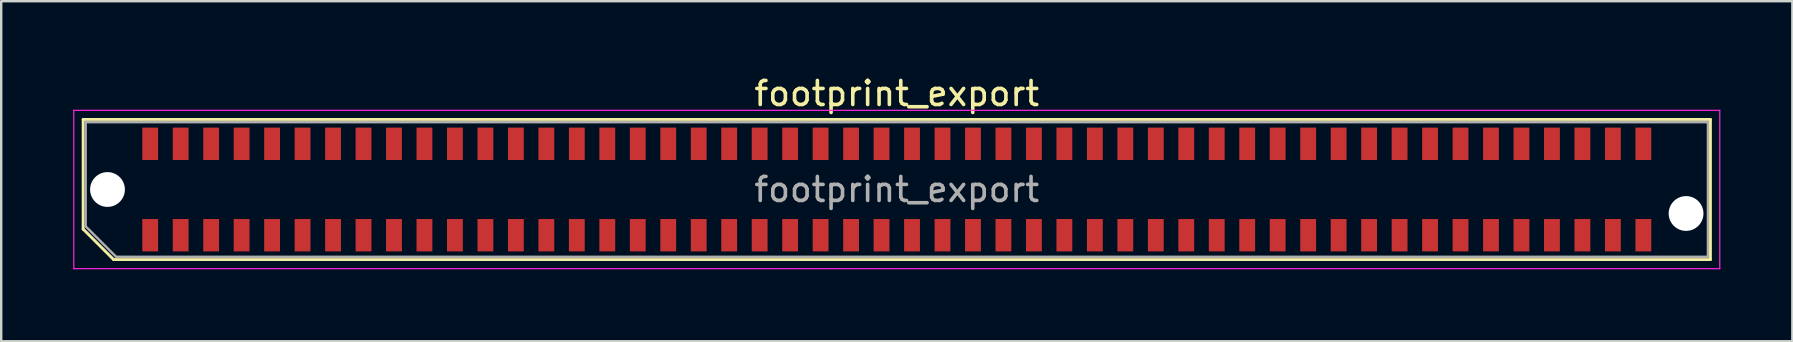
<source format=kicad_pcb>
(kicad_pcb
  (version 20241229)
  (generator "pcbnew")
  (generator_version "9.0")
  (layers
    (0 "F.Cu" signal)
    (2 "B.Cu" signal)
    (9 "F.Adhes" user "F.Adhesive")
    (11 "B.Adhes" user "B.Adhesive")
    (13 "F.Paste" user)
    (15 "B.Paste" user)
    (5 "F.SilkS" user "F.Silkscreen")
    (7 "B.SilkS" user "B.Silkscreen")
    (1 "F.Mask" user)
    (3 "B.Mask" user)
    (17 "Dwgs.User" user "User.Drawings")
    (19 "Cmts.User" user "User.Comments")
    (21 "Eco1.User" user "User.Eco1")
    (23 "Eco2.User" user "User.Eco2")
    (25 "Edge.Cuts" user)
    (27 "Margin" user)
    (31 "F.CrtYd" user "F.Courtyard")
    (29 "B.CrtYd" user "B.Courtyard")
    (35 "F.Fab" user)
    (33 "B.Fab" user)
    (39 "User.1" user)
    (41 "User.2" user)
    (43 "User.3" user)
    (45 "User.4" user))
  (footprint "footprint_export"
    (layer "F.Cu")
    (at 34.325 4.848)
    (property "Reference" "footprint_export" (at 0 -4 0) (layer "F.SilkS") (effects (font (size 1 1) (thickness 0.15))))
    (attr smd)
    (fp_line (start -33.91 -2.92) (end 33.91 -2.92) (stroke (width 0.12) (type solid)) (layer "F.SilkS"))
    (fp_line (start -33.91 1.65) (end -33.91 -2.92) (stroke (width 0.12) (type solid)) (layer "F.SilkS"))
    (fp_line (start -32.64 2.92) (end -33.91 1.65) (stroke (width 0.12) (type solid)) (layer "F.SilkS"))
    (fp_line (start -32.64 2.92) (end 33.91 2.92) (stroke (width 0.12) (type solid)) (layer "F.SilkS"))
    (fp_line (start 33.91 2.92) (end 33.91 -2.92) (stroke (width 0.12) (type solid)) (layer "F.SilkS"))
    (fp_line (start -34.3 -3.3) (end -34.3 3.3) (stroke (width 0.05) (type solid)) (layer "F.CrtYd"))
    (fp_line (start -34.3 3.3) (end 34.3 3.3) (stroke (width 0.05) (type solid)) (layer "F.CrtYd"))
    (fp_line (start 34.3 -3.3) (end -34.3 -3.3) (stroke (width 0.05) (type solid)) (layer "F.CrtYd"))
    (fp_line (start 34.3 3.3) (end 34.3 -3.3) (stroke (width 0.05) (type solid)) (layer "F.CrtYd"))
    (fp_line (start -33.805 -2.805) (end 33.805 -2.805) (stroke (width 0.1) (type solid)) (layer "F.Fab"))
    (fp_line (start -33.805 1.535) (end -33.805 -2.805) (stroke (width 0.1) (type solid)) (layer "F.Fab"))
    (fp_line (start -33.805 1.535) (end -32.535 2.805) (stroke (width 0.1) (type solid)) (layer "F.Fab"))
    (fp_line (start -32.535 2.805) (end 33.805 2.805) (stroke (width 0.1) (type solid)) (layer "F.Fab"))
    (fp_line (start 33.805 2.805) (end 33.805 -2.805) (stroke (width 0.1) (type solid)) (layer "F.Fab"))
    (fp_text user "${REFERENCE}" (at 0 0 0) (layer "F.Fab") (effects (font (size 1 1) (thickness 0.15))))
    (pad "" np_thru_hole circle (at -32.895 0) (size 1.45 1.45) (drill 1.45) (layers "*.Cu" "*.Mask"))
    (pad "" np_thru_hole circle (at 32.895 1) (size 1.45 1.45) (drill 1.45) (layers "*.Cu" "*.Mask"))
    (pad "1" smd rect (at -31.115 1.905) (size 0.66 1.35) (layers "F.Cu" "F.Mask" "F.Paste"))
    (pad "2" smd rect (at -31.115 -1.905) (size 0.66 1.35) (layers "F.Cu" "F.Mask" "F.Paste"))
    (pad "3" smd rect (at -29.845 1.905) (size 0.66 1.35) (layers "F.Cu" "F.Mask" "F.Paste"))
    (pad "4" smd rect (at -29.845 -1.905) (size 0.66 1.35) (layers "F.Cu" "F.Mask" "F.Paste"))
    (pad "5" smd rect (at -28.575 1.905) (size 0.66 1.35) (layers "F.Cu" "F.Mask" "F.Paste"))
    (pad "6" smd rect (at -28.575 -1.905) (size 0.66 1.35) (layers "F.Cu" "F.Mask" "F.Paste"))
    (pad "7" smd rect (at -27.305 1.905) (size 0.66 1.35) (layers "F.Cu" "F.Mask" "F.Paste"))
    (pad "8" smd rect (at -27.305 -1.905) (size 0.66 1.35) (layers "F.Cu" "F.Mask" "F.Paste"))
    (pad "9" smd rect (at -26.035 1.905) (size 0.66 1.35) (layers "F.Cu" "F.Mask" "F.Paste"))
    (pad "10" smd rect (at -26.035 -1.905) (size 0.66 1.35) (layers "F.Cu" "F.Mask" "F.Paste"))
    (pad "11" smd rect (at -24.765 1.905) (size 0.66 1.35) (layers "F.Cu" "F.Mask" "F.Paste"))
    (pad "12" smd rect (at -24.765 -1.905) (size 0.66 1.35) (layers "F.Cu" "F.Mask" "F.Paste"))
    (pad "13" smd rect (at -23.495 1.905) (size 0.66 1.35) (layers "F.Cu" "F.Mask" "F.Paste"))
    (pad "14" smd rect (at -23.495 -1.905) (size 0.66 1.35) (layers "F.Cu" "F.Mask" "F.Paste"))
    (pad "15" smd rect (at -22.225 1.905) (size 0.66 1.35) (layers "F.Cu" "F.Mask" "F.Paste"))
    (pad "16" smd rect (at -22.225 -1.905) (size 0.66 1.35) (layers "F.Cu" "F.Mask" "F.Paste"))
    (pad "17" smd rect (at -20.955 1.905) (size 0.66 1.35) (layers "F.Cu" "F.Mask" "F.Paste"))
    (pad "18" smd rect (at -20.955 -1.905) (size 0.66 1.35) (layers "F.Cu" "F.Mask" "F.Paste"))
    (pad "19" smd rect (at -19.685 1.905) (size 0.66 1.35) (layers "F.Cu" "F.Mask" "F.Paste"))
    (pad "20" smd rect (at -19.685 -1.905) (size 0.66 1.35) (layers "F.Cu" "F.Mask" "F.Paste"))
    (pad "21" smd rect (at -18.415 1.905) (size 0.66 1.35) (layers "F.Cu" "F.Mask" "F.Paste"))
    (pad "22" smd rect (at -18.415 -1.905) (size 0.66 1.35) (layers "F.Cu" "F.Mask" "F.Paste"))
    (pad "23" smd rect (at -17.145 1.905) (size 0.66 1.35) (layers "F.Cu" "F.Mask" "F.Paste"))
    (pad "24" smd rect (at -17.145 -1.905) (size 0.66 1.35) (layers "F.Cu" "F.Mask" "F.Paste"))
    (pad "25" smd rect (at -15.875 1.905) (size 0.66 1.35) (layers "F.Cu" "F.Mask" "F.Paste"))
    (pad "26" smd rect (at -15.875 -1.905) (size 0.66 1.35) (layers "F.Cu" "F.Mask" "F.Paste"))
    (pad "27" smd rect (at -14.605 1.905) (size 0.66 1.35) (layers "F.Cu" "F.Mask" "F.Paste"))
    (pad "28" smd rect (at -14.605 -1.905) (size 0.66 1.35) (layers "F.Cu" "F.Mask" "F.Paste"))
    (pad "29" smd rect (at -13.335 1.905) (size 0.66 1.35) (layers "F.Cu" "F.Mask" "F.Paste"))
    (pad "30" smd rect (at -13.335 -1.905) (size 0.66 1.35) (layers "F.Cu" "F.Mask" "F.Paste"))
    (pad "31" smd rect (at -12.065 1.905) (size 0.66 1.35) (layers "F.Cu" "F.Mask" "F.Paste"))
    (pad "32" smd rect (at -12.065 -1.905) (size 0.66 1.35) (layers "F.Cu" "F.Mask" "F.Paste"))
    (pad "33" smd rect (at -10.795 1.905) (size 0.66 1.35) (layers "F.Cu" "F.Mask" "F.Paste"))
    (pad "34" smd rect (at -10.795 -1.905) (size 0.66 1.35) (layers "F.Cu" "F.Mask" "F.Paste"))
    (pad "35" smd rect (at -9.525 1.905) (size 0.66 1.35) (layers "F.Cu" "F.Mask" "F.Paste"))
    (pad "36" smd rect (at -9.525 -1.905) (size 0.66 1.35) (layers "F.Cu" "F.Mask" "F.Paste"))
    (pad "37" smd rect (at -8.255 1.905) (size 0.66 1.35) (layers "F.Cu" "F.Mask" "F.Paste"))
    (pad "38" smd rect (at -8.255 -1.905) (size 0.66 1.35) (layers "F.Cu" "F.Mask" "F.Paste"))
    (pad "39" smd rect (at -6.985 1.905) (size 0.66 1.35) (layers "F.Cu" "F.Mask" "F.Paste"))
    (pad "40" smd rect (at -6.985 -1.905) (size 0.66 1.35) (layers "F.Cu" "F.Mask" "F.Paste"))
    (pad "41" smd rect (at -5.715 1.905) (size 0.66 1.35) (layers "F.Cu" "F.Mask" "F.Paste"))
    (pad "42" smd rect (at -5.715 -1.905) (size 0.66 1.35) (layers "F.Cu" "F.Mask" "F.Paste"))
    (pad "43" smd rect (at -4.445 1.905) (size 0.66 1.35) (layers "F.Cu" "F.Mask" "F.Paste"))
    (pad "44" smd rect (at -4.445 -1.905) (size 0.66 1.35) (layers "F.Cu" "F.Mask" "F.Paste"))
    (pad "45" smd rect (at -3.175 1.905) (size 0.66 1.35) (layers "F.Cu" "F.Mask" "F.Paste"))
    (pad "46" smd rect (at -3.175 -1.905) (size 0.66 1.35) (layers "F.Cu" "F.Mask" "F.Paste"))
    (pad "47" smd rect (at -1.905 1.905) (size 0.66 1.35) (layers "F.Cu" "F.Mask" "F.Paste"))
    (pad "48" smd rect (at -1.905 -1.905) (size 0.66 1.35) (layers "F.Cu" "F.Mask" "F.Paste"))
    (pad "49" smd rect (at -0.635 1.905) (size 0.66 1.35) (layers "F.Cu" "F.Mask" "F.Paste"))
    (pad "50" smd rect (at -0.635 -1.905) (size 0.66 1.35) (layers "F.Cu" "F.Mask" "F.Paste"))
    (pad "51" smd rect (at 0.635 1.905) (size 0.66 1.35) (layers "F.Cu" "F.Mask" "F.Paste"))
    (pad "52" smd rect (at 0.635 -1.905) (size 0.66 1.35) (layers "F.Cu" "F.Mask" "F.Paste"))
    (pad "53" smd rect (at 1.905 1.905) (size 0.66 1.35) (layers "F.Cu" "F.Mask" "F.Paste"))
    (pad "54" smd rect (at 1.905 -1.905) (size 0.66 1.35) (layers "F.Cu" "F.Mask" "F.Paste"))
    (pad "55" smd rect (at 3.175 1.905) (size 0.66 1.35) (layers "F.Cu" "F.Mask" "F.Paste"))
    (pad "56" smd rect (at 3.175 -1.905) (size 0.66 1.35) (layers "F.Cu" "F.Mask" "F.Paste"))
    (pad "57" smd rect (at 4.445 1.905) (size 0.66 1.35) (layers "F.Cu" "F.Mask" "F.Paste"))
    (pad "58" smd rect (at 4.445 -1.905) (size 0.66 1.35) (layers "F.Cu" "F.Mask" "F.Paste"))
    (pad "59" smd rect (at 5.715 1.905) (size 0.66 1.35) (layers "F.Cu" "F.Mask" "F.Paste"))
    (pad "60" smd rect (at 5.715 -1.905) (size 0.66 1.35) (layers "F.Cu" "F.Mask" "F.Paste"))
    (pad "61" smd rect (at 6.985 1.905) (size 0.66 1.35) (layers "F.Cu" "F.Mask" "F.Paste"))
    (pad "62" smd rect (at 6.985 -1.905) (size 0.66 1.35) (layers "F.Cu" "F.Mask" "F.Paste"))
    (pad "63" smd rect (at 8.255 1.905) (size 0.66 1.35) (layers "F.Cu" "F.Mask" "F.Paste"))
    (pad "64" smd rect (at 8.255 -1.905) (size 0.66 1.35) (layers "F.Cu" "F.Mask" "F.Paste"))
    (pad "65" smd rect (at 9.525 1.905) (size 0.66 1.35) (layers "F.Cu" "F.Mask" "F.Paste"))
    (pad "66" smd rect (at 9.525 -1.905) (size 0.66 1.35) (layers "F.Cu" "F.Mask" "F.Paste"))
    (pad "67" smd rect (at 10.795 1.905) (size 0.66 1.35) (layers "F.Cu" "F.Mask" "F.Paste"))
    (pad "68" smd rect (at 10.795 -1.905) (size 0.66 1.35) (layers "F.Cu" "F.Mask" "F.Paste"))
    (pad "69" smd rect (at 12.065 1.905) (size 0.66 1.35) (layers "F.Cu" "F.Mask" "F.Paste"))
    (pad "70" smd rect (at 12.065 -1.905) (size 0.66 1.35) (layers "F.Cu" "F.Mask" "F.Paste"))
    (pad "71" smd rect (at 13.335 1.905) (size 0.66 1.35) (layers "F.Cu" "F.Mask" "F.Paste"))
    (pad "72" smd rect (at 13.335 -1.905) (size 0.66 1.35) (layers "F.Cu" "F.Mask" "F.Paste"))
    (pad "73" smd rect (at 14.605 1.905) (size 0.66 1.35) (layers "F.Cu" "F.Mask" "F.Paste"))
    (pad "74" smd rect (at 14.605 -1.905) (size 0.66 1.35) (layers "F.Cu" "F.Mask" "F.Paste"))
    (pad "75" smd rect (at 15.875 1.905) (size 0.66 1.35) (layers "F.Cu" "F.Mask" "F.Paste"))
    (pad "76" smd rect (at 15.875 -1.905) (size 0.66 1.35) (layers "F.Cu" "F.Mask" "F.Paste"))
    (pad "77" smd rect (at 17.145 1.905) (size 0.66 1.35) (layers "F.Cu" "F.Mask" "F.Paste"))
    (pad "78" smd rect (at 17.145 -1.905) (size 0.66 1.35) (layers "F.Cu" "F.Mask" "F.Paste"))
    (pad "79" smd rect (at 18.415 1.905) (size 0.66 1.35) (layers "F.Cu" "F.Mask" "F.Paste"))
    (pad "80" smd rect (at 18.415 -1.905) (size 0.66 1.35) (layers "F.Cu" "F.Mask" "F.Paste"))
    (pad "81" smd rect (at 19.685 1.905) (size 0.66 1.35) (layers "F.Cu" "F.Mask" "F.Paste"))
    (pad "82" smd rect (at 19.685 -1.905) (size 0.66 1.35) (layers "F.Cu" "F.Mask" "F.Paste"))
    (pad "83" smd rect (at 20.955 1.905) (size 0.66 1.35) (layers "F.Cu" "F.Mask" "F.Paste"))
    (pad "84" smd rect (at 20.955 -1.905) (size 0.66 1.35) (layers "F.Cu" "F.Mask" "F.Paste"))
    (pad "85" smd rect (at 22.225 1.905) (size 0.66 1.35) (layers "F.Cu" "F.Mask" "F.Paste"))
    (pad "86" smd rect (at 22.225 -1.905) (size 0.66 1.35) (layers "F.Cu" "F.Mask" "F.Paste"))
    (pad "87" smd rect (at 23.495 1.905) (size 0.66 1.35) (layers "F.Cu" "F.Mask" "F.Paste"))
    (pad "88" smd rect (at 23.495 -1.905) (size 0.66 1.35) (layers "F.Cu" "F.Mask" "F.Paste"))
    (pad "89" smd rect (at 24.765 1.905) (size 0.66 1.35) (layers "F.Cu" "F.Mask" "F.Paste"))
    (pad "90" smd rect (at 24.765 -1.905) (size 0.66 1.35) (layers "F.Cu" "F.Mask" "F.Paste"))
    (pad "91" smd rect (at 26.035 1.905) (size 0.66 1.35) (layers "F.Cu" "F.Mask" "F.Paste"))
    (pad "92" smd rect (at 26.035 -1.905) (size 0.66 1.35) (layers "F.Cu" "F.Mask" "F.Paste"))
    (pad "93" smd rect (at 27.305 1.905) (size 0.66 1.35) (layers "F.Cu" "F.Mask" "F.Paste"))
    (pad "94" smd rect (at 27.305 -1.905) (size 0.66 1.35) (layers "F.Cu" "F.Mask" "F.Paste"))
    (pad "95" smd rect (at 28.575 1.905) (size 0.66 1.35) (layers "F.Cu" "F.Mask" "F.Paste"))
    (pad "96" smd rect (at 28.575 -1.905) (size 0.66 1.35) (layers "F.Cu" "F.Mask" "F.Paste"))
    (pad "97" smd rect (at 29.845 1.905) (size 0.66 1.35) (layers "F.Cu" "F.Mask" "F.Paste"))
    (pad "98" smd rect (at 29.845 -1.905) (size 0.66 1.35) (layers "F.Cu" "F.Mask" "F.Paste"))
    (pad "99" smd rect (at 31.115 1.905) (size 0.66 1.35) (layers "F.Cu" "F.Mask" "F.Paste"))
    (pad "100" smd rect (at 31.115 -1.905) (size 0.66 1.35) (layers "F.Cu" "F.Mask" "F.Paste")))
  (gr_rect
    (start -3 -3)
    (end 71.65 11.173)
    (stroke (width 0.1) (type default))
    (fill no)
    (layer "Edge.Cuts")))
</source>
